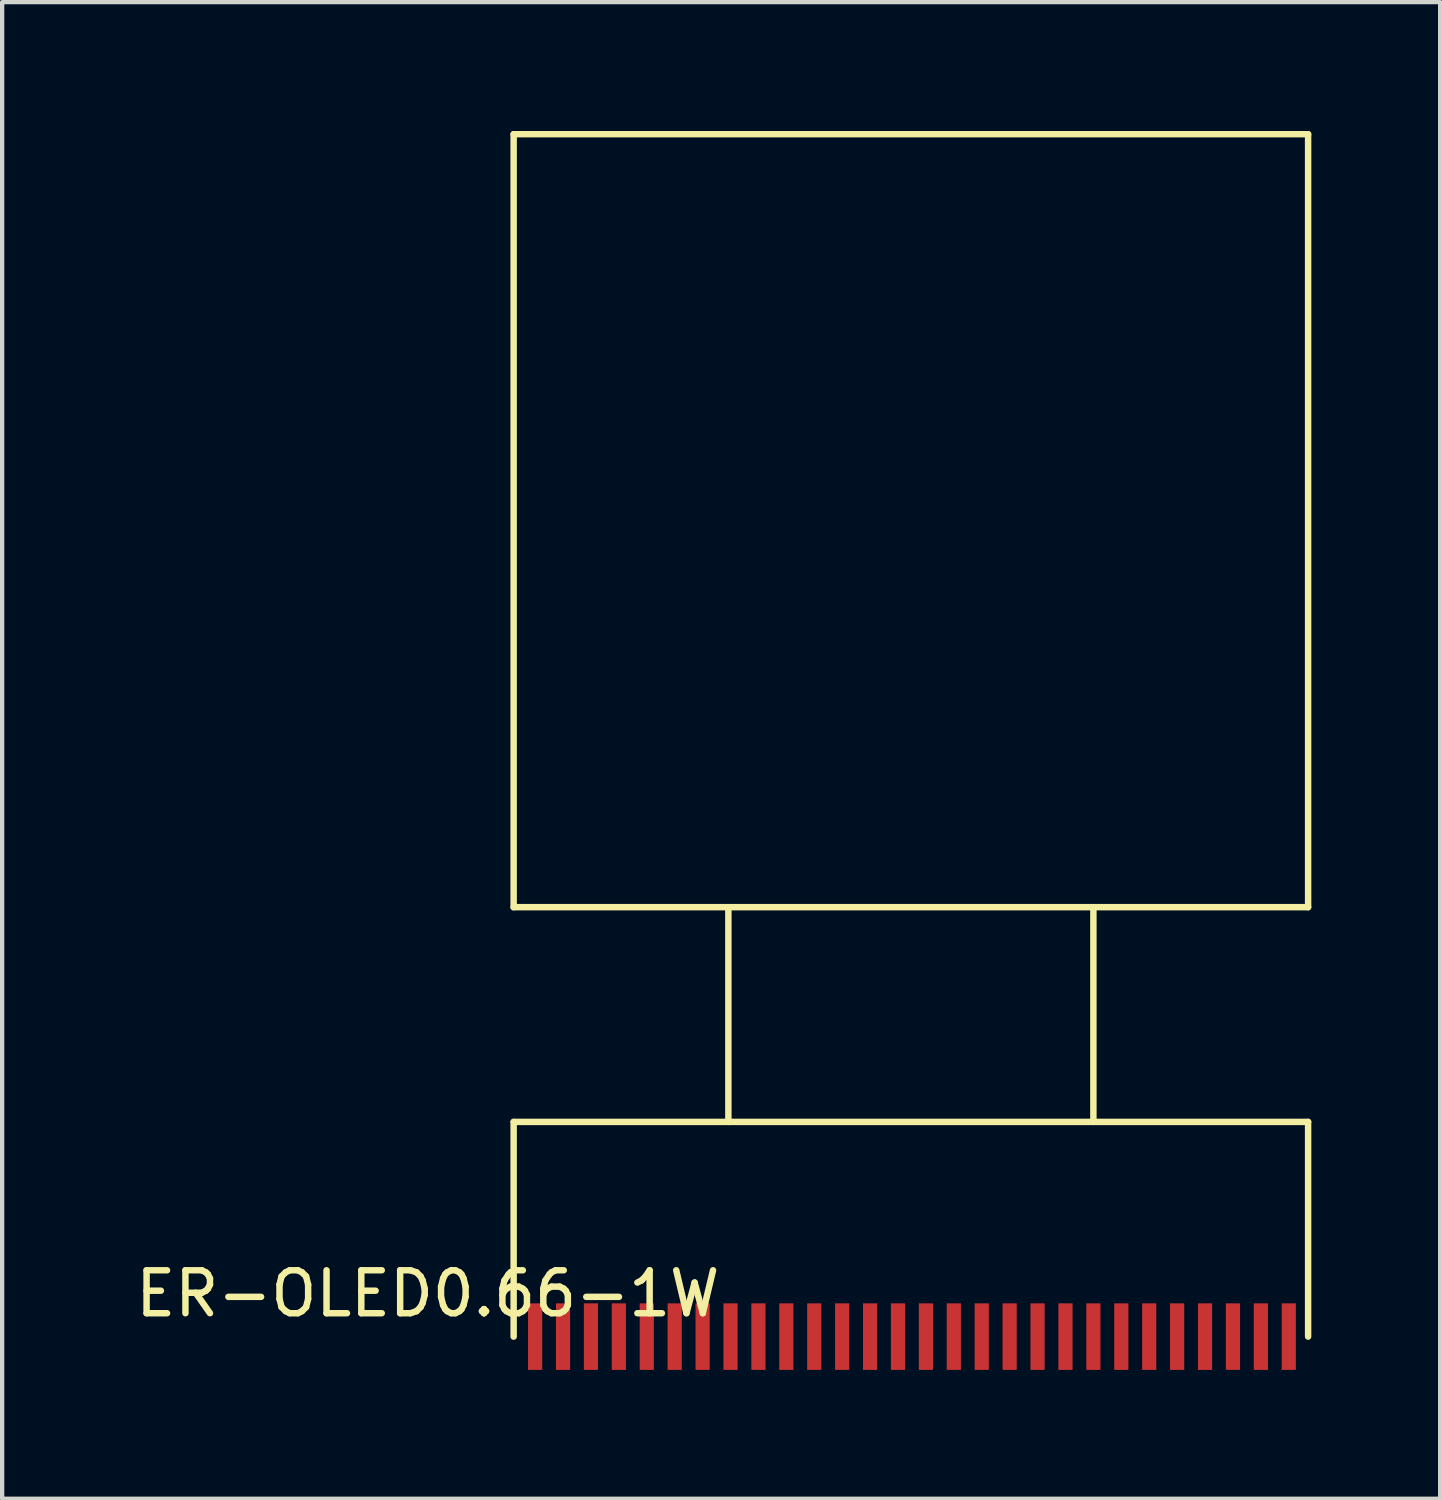
<source format=kicad_pcb>
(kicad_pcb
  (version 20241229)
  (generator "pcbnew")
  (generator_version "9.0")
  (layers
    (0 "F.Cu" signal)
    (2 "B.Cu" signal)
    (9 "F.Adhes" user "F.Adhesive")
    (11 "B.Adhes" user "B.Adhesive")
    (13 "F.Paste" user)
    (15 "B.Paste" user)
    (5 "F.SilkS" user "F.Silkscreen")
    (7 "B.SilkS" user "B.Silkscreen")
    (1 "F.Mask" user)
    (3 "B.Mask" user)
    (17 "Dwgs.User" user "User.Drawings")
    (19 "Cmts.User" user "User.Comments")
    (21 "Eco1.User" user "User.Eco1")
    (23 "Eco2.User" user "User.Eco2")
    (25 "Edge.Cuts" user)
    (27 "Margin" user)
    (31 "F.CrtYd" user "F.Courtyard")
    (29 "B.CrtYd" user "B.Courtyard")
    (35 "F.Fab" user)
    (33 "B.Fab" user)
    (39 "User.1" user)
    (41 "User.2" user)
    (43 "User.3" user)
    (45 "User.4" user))
  (footprint "ER-OLED0.66-1W"
    (layer "F.Cu")
    (at 9.411 28.075)
    (property "Reference" "ER-OLED0.66-1W" (at -2.5 -1 0) (layer "F.SilkS") (effects (font (size 1 1) (thickness 0.15))))
    (attr through_hole)
    (fp_line (start -0.5 -28) (end -0.5 -10) (stroke (width 0.15) (type solid)) (layer "F.SilkS"))
    (fp_line (start -0.5 -10) (end 18 -10) (stroke (width 0.15) (type solid)) (layer "F.SilkS"))
    (fp_line (start -0.5 -5) (end 18 -5) (stroke (width 0.15) (type solid)) (layer "F.SilkS"))
    (fp_line (start -0.5 0) (end -0.5 -5) (stroke (width 0.15) (type solid)) (layer "F.SilkS"))
    (fp_line (start 4.5 -10) (end 4.5 -5) (stroke (width 0.15) (type solid)) (layer "F.SilkS"))
    (fp_line (start 13 -5) (end 13 -10) (stroke (width 0.15) (type solid)) (layer "F.SilkS"))
    (fp_line (start 18 -28) (end -0.5 -28) (stroke (width 0.15) (type solid)) (layer "F.SilkS"))
    (fp_line (start 18 -10) (end 18 -28) (stroke (width 0.15) (type solid)) (layer "F.SilkS"))
    (fp_line (start 18 -5) (end 18 0) (stroke (width 0.15) (type solid)) (layer "F.SilkS"))
    (pad "1" smd rect (at 0 0) (size 0.33 1.55) (layers "F.Cu" "F.Mask" "F.Paste"))
    (pad "2" smd rect (at 0.65 0) (size 0.33 1.55) (layers "F.Cu" "F.Mask" "F.Paste"))
    (pad "3" smd rect (at 1.3 0) (size 0.33 1.55) (layers "F.Cu" "F.Mask" "F.Paste"))
    (pad "4" smd rect (at 1.95 0) (size 0.33 1.55) (layers "F.Cu" "F.Mask" "F.Paste"))
    (pad "5" smd rect (at 2.6 0) (size 0.33 1.55) (layers "F.Cu" "F.Mask" "F.Paste"))
    (pad "6" smd rect (at 3.25 0) (size 0.33 1.55) (layers "F.Cu" "F.Mask" "F.Paste"))
    (pad "7" smd rect (at 3.9 0) (size 0.33 1.55) (layers "F.Cu" "F.Mask" "F.Paste"))
    (pad "8" smd rect (at 4.55 0) (size 0.33 1.55) (layers "F.Cu" "F.Mask" "F.Paste"))
    (pad "9" smd rect (at 5.2 0) (size 0.33 1.55) (layers "F.Cu" "F.Mask" "F.Paste"))
    (pad "10" smd rect (at 5.85 0) (size 0.33 1.55) (layers "F.Cu" "F.Mask" "F.Paste"))
    (pad "11" smd rect (at 6.5 0) (size 0.33 1.55) (layers "F.Cu" "F.Mask" "F.Paste"))
    (pad "12" smd rect (at 7.15 0) (size 0.33 1.55) (layers "F.Cu" "F.Mask" "F.Paste"))
    (pad "13" smd rect (at 7.8 0) (size 0.33 1.55) (layers "F.Cu" "F.Mask" "F.Paste"))
    (pad "14" smd rect (at 8.45 0) (size 0.33 1.55) (layers "F.Cu" "F.Mask" "F.Paste"))
    (pad "15" smd rect (at 9.1 0) (size 0.33 1.55) (layers "F.Cu" "F.Mask" "F.Paste"))
    (pad "16" smd rect (at 9.75 0) (size 0.33 1.55) (layers "F.Cu" "F.Mask" "F.Paste"))
    (pad "17" smd rect (at 10.4 0) (size 0.33 1.55) (layers "F.Cu" "F.Mask" "F.Paste"))
    (pad "18" smd rect (at 11.05 0) (size 0.33 1.55) (layers "F.Cu" "F.Mask" "F.Paste"))
    (pad "19" smd rect (at 11.7 0) (size 0.33 1.55) (layers "F.Cu" "F.Mask" "F.Paste"))
    (pad "20" smd rect (at 12.35 0) (size 0.33 1.55) (layers "F.Cu" "F.Mask" "F.Paste"))
    (pad "21" smd rect (at 13 0) (size 0.33 1.55) (layers "F.Cu" "F.Mask" "F.Paste"))
    (pad "22" smd rect (at 13.65 0) (size 0.33 1.55) (layers "F.Cu" "F.Mask" "F.Paste"))
    (pad "23" smd rect (at 14.3 0) (size 0.33 1.55) (layers "F.Cu" "F.Mask" "F.Paste"))
    (pad "24" smd rect (at 14.95 0) (size 0.33 1.55) (layers "F.Cu" "F.Mask" "F.Paste"))
    (pad "25" smd rect (at 15.6 0) (size 0.33 1.55) (layers "F.Cu" "F.Mask" "F.Paste"))
    (pad "26" smd rect (at 16.25 0) (size 0.33 1.55) (layers "F.Cu" "F.Mask" "F.Paste"))
    (pad "27" smd rect (at 16.9 0) (size 0.33 1.55) (layers "F.Cu" "F.Mask" "F.Paste"))
    (pad "28" smd rect (at 17.55 0) (size 0.33 1.55) (layers "F.Cu" "F.Mask" "F.Paste")))
  (gr_rect
    (start -3 -3)
    (end 30.486 31.85)
    (stroke (width 0.1) (type default))
    (fill no)
    (layer "Edge.Cuts")))
</source>
